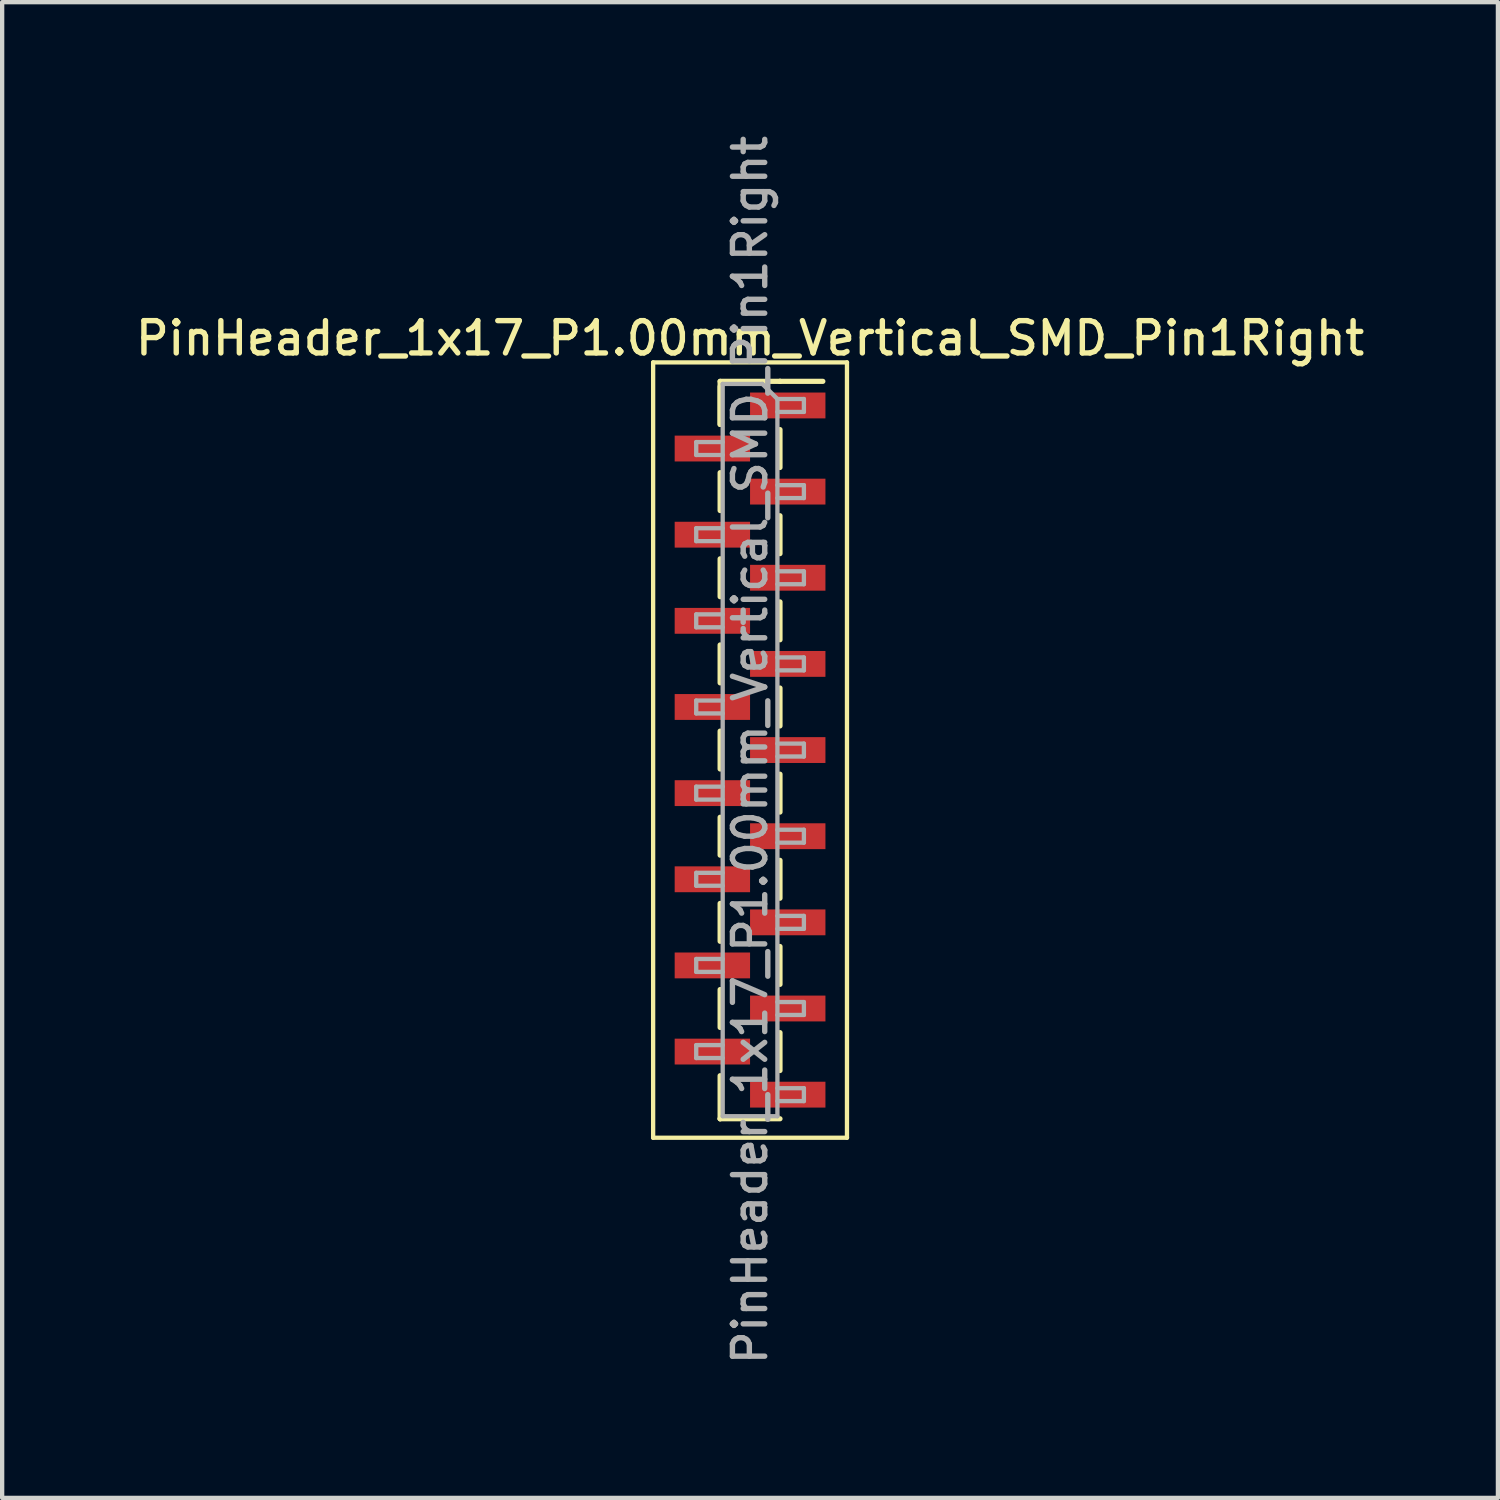
<source format=kicad_pcb>
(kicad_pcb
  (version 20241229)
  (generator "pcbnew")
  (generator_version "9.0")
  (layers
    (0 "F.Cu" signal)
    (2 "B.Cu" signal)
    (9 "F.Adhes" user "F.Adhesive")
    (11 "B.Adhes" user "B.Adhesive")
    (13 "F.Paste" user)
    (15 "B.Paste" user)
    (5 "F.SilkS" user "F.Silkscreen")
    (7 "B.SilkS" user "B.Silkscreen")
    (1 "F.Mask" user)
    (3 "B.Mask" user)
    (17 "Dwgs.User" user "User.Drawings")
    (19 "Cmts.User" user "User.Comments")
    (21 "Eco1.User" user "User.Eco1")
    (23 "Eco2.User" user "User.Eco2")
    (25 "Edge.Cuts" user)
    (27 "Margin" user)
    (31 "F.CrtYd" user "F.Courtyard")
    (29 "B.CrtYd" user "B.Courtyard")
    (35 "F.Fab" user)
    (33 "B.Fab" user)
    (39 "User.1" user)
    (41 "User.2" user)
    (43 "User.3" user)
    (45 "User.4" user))
  (footprint "PinHeader_1x17_P1.00mm_Vertical_SMD_Pin1Right"
    (layer "F.Cu")
    (at 14.363 14.363)
    (property "Reference" "PinHeader_1x17_P1.00mm_Vertical_SMD_Pin1Right" (at 0 -9.56 0) (layer "F.SilkS") (effects (font (size 0.75 0.75) (thickness 0.125))))
    (attr smd)
    (fp_line (start -2.25 -9) (end -2.25 9) (stroke (width 0.1) (type solid)) (layer "F.SilkS"))
    (fp_line (start -2.25 9) (end 2.25 9) (stroke (width 0.1) (type solid)) (layer "F.SilkS"))
    (fp_line (start -0.695 -8.56) (end -0.695 -7.56) (stroke (width 0.12) (type solid)) (layer "F.SilkS"))
    (fp_line (start -0.695 -8.56) (end 0.695 -8.56) (stroke (width 0.12) (type solid)) (layer "F.SilkS"))
    (fp_line (start -0.695 -8.44) (end -0.695 -7.56) (stroke (width 0.12) (type solid)) (layer "F.SilkS"))
    (fp_line (start -0.695 -6.44) (end -0.695 -5.56) (stroke (width 0.12) (type solid)) (layer "F.SilkS"))
    (fp_line (start -0.695 -4.44) (end -0.695 -3.56) (stroke (width 0.12) (type solid)) (layer "F.SilkS"))
    (fp_line (start -0.695 -2.44) (end -0.695 -1.56) (stroke (width 0.12) (type solid)) (layer "F.SilkS"))
    (fp_line (start -0.695 -0.44) (end -0.695 0.44) (stroke (width 0.12) (type solid)) (layer "F.SilkS"))
    (fp_line (start -0.695 1.56) (end -0.695 2.44) (stroke (width 0.12) (type solid)) (layer "F.SilkS"))
    (fp_line (start -0.695 3.56) (end -0.695 4.44) (stroke (width 0.12) (type solid)) (layer "F.SilkS"))
    (fp_line (start -0.695 5.56) (end -0.695 6.44) (stroke (width 0.12) (type solid)) (layer "F.SilkS"))
    (fp_line (start -0.695 7.56) (end -0.695 8.56) (stroke (width 0.12) (type solid)) (layer "F.SilkS"))
    (fp_line (start -0.695 8.56) (end -0.695 8.56) (stroke (width 0.12) (type solid)) (layer "F.SilkS"))
    (fp_line (start -0.695 8.56) (end 0.695 8.56) (stroke (width 0.12) (type solid)) (layer "F.SilkS"))
    (fp_line (start 0.695 -8.56) (end 0.695 -8.56) (stroke (width 0.12) (type solid)) (layer "F.SilkS"))
    (fp_line (start 0.695 -8.56) (end 1.69 -8.56) (stroke (width 0.12) (type solid)) (layer "F.SilkS"))
    (fp_line (start 0.695 -7.44) (end 0.695 -6.56) (stroke (width 0.12) (type solid)) (layer "F.SilkS"))
    (fp_line (start 0.695 -5.44) (end 0.695 -4.56) (stroke (width 0.12) (type solid)) (layer "F.SilkS"))
    (fp_line (start 0.695 -3.44) (end 0.695 -2.56) (stroke (width 0.12) (type solid)) (layer "F.SilkS"))
    (fp_line (start 0.695 -1.44) (end 0.695 -0.56) (stroke (width 0.12) (type solid)) (layer "F.SilkS"))
    (fp_line (start 0.695 0.56) (end 0.695 1.44) (stroke (width 0.12) (type solid)) (layer "F.SilkS"))
    (fp_line (start 0.695 2.56) (end 0.695 3.44) (stroke (width 0.12) (type solid)) (layer "F.SilkS"))
    (fp_line (start 0.695 4.56) (end 0.695 5.44) (stroke (width 0.12) (type solid)) (layer "F.SilkS"))
    (fp_line (start 0.695 6.56) (end 0.695 7.44) (stroke (width 0.12) (type solid)) (layer "F.SilkS"))
    (fp_line (start 2.25 -9) (end -2.25 -9) (stroke (width 0.1) (type solid)) (layer "F.SilkS"))
    (fp_line (start 2.25 9) (end 2.25 -9) (stroke (width 0.1) (type solid)) (layer "F.SilkS"))
    (fp_line (start -1.25 -7.15) (end -1.25 -6.85) (stroke (width 0.1) (type solid)) (layer "F.Fab"))
    (fp_line (start -1.25 -6.85) (end -0.635 -6.85) (stroke (width 0.1) (type solid)) (layer "F.Fab"))
    (fp_line (start -1.25 -5.15) (end -1.25 -4.85) (stroke (width 0.1) (type solid)) (layer "F.Fab"))
    (fp_line (start -1.25 -4.85) (end -0.635 -4.85) (stroke (width 0.1) (type solid)) (layer "F.Fab"))
    (fp_line (start -1.25 -3.15) (end -1.25 -2.85) (stroke (width 0.1) (type solid)) (layer "F.Fab"))
    (fp_line (start -1.25 -2.85) (end -0.635 -2.85) (stroke (width 0.1) (type solid)) (layer "F.Fab"))
    (fp_line (start -1.25 -1.15) (end -1.25 -0.85) (stroke (width 0.1) (type solid)) (layer "F.Fab"))
    (fp_line (start -1.25 -0.85) (end -0.635 -0.85) (stroke (width 0.1) (type solid)) (layer "F.Fab"))
    (fp_line (start -1.25 0.85) (end -1.25 1.15) (stroke (width 0.1) (type solid)) (layer "F.Fab"))
    (fp_line (start -1.25 1.15) (end -0.635 1.15) (stroke (width 0.1) (type solid)) (layer "F.Fab"))
    (fp_line (start -1.25 2.85) (end -1.25 3.15) (stroke (width 0.1) (type solid)) (layer "F.Fab"))
    (fp_line (start -1.25 3.15) (end -0.635 3.15) (stroke (width 0.1) (type solid)) (layer "F.Fab"))
    (fp_line (start -1.25 4.85) (end -1.25 5.15) (stroke (width 0.1) (type solid)) (layer "F.Fab"))
    (fp_line (start -1.25 5.15) (end -0.635 5.15) (stroke (width 0.1) (type solid)) (layer "F.Fab"))
    (fp_line (start -1.25 6.85) (end -1.25 7.15) (stroke (width 0.1) (type solid)) (layer "F.Fab"))
    (fp_line (start -1.25 7.15) (end -0.635 7.15) (stroke (width 0.1) (type solid)) (layer "F.Fab"))
    (fp_line (start -0.635 -8.5) (end -0.635 8.5) (stroke (width 0.1) (type solid)) (layer "F.Fab"))
    (fp_line (start -0.635 -8.5) (end 0.285 -8.5) (stroke (width 0.1) (type solid)) (layer "F.Fab"))
    (fp_line (start -0.635 -7.15) (end -1.25 -7.15) (stroke (width 0.1) (type solid)) (layer "F.Fab"))
    (fp_line (start -0.635 -5.15) (end -1.25 -5.15) (stroke (width 0.1) (type solid)) (layer "F.Fab"))
    (fp_line (start -0.635 -3.15) (end -1.25 -3.15) (stroke (width 0.1) (type solid)) (layer "F.Fab"))
    (fp_line (start -0.635 -1.15) (end -1.25 -1.15) (stroke (width 0.1) (type solid)) (layer "F.Fab"))
    (fp_line (start -0.635 0.85) (end -1.25 0.85) (stroke (width 0.1) (type solid)) (layer "F.Fab"))
    (fp_line (start -0.635 2.85) (end -1.25 2.85) (stroke (width 0.1) (type solid)) (layer "F.Fab"))
    (fp_line (start -0.635 4.85) (end -1.25 4.85) (stroke (width 0.1) (type solid)) (layer "F.Fab"))
    (fp_line (start -0.635 6.85) (end -1.25 6.85) (stroke (width 0.1) (type solid)) (layer "F.Fab"))
    (fp_line (start 0.635 -8.15) (end 0.285 -8.5) (stroke (width 0.1) (type solid)) (layer "F.Fab"))
    (fp_line (start 0.635 -8.15) (end 1.25 -8.15) (stroke (width 0.1) (type solid)) (layer "F.Fab"))
    (fp_line (start 0.635 -6.15) (end 1.25 -6.15) (stroke (width 0.1) (type solid)) (layer "F.Fab"))
    (fp_line (start 0.635 -4.15) (end 1.25 -4.15) (stroke (width 0.1) (type solid)) (layer "F.Fab"))
    (fp_line (start 0.635 -2.15) (end 1.25 -2.15) (stroke (width 0.1) (type solid)) (layer "F.Fab"))
    (fp_line (start 0.635 -0.15) (end 1.25 -0.15) (stroke (width 0.1) (type solid)) (layer "F.Fab"))
    (fp_line (start 0.635 1.85) (end 1.25 1.85) (stroke (width 0.1) (type solid)) (layer "F.Fab"))
    (fp_line (start 0.635 3.85) (end 1.25 3.85) (stroke (width 0.1) (type solid)) (layer "F.Fab"))
    (fp_line (start 0.635 5.85) (end 1.25 5.85) (stroke (width 0.1) (type solid)) (layer "F.Fab"))
    (fp_line (start 0.635 7.85) (end 1.25 7.85) (stroke (width 0.1) (type solid)) (layer "F.Fab"))
    (fp_line (start 0.635 8.5) (end -0.635 8.5) (stroke (width 0.1) (type solid)) (layer "F.Fab"))
    (fp_line (start 0.635 8.5) (end 0.635 -8.15) (stroke (width 0.1) (type solid)) (layer "F.Fab"))
    (fp_line (start 1.25 -8.15) (end 1.25 -7.85) (stroke (width 0.1) (type solid)) (layer "F.Fab"))
    (fp_line (start 1.25 -7.85) (end 0.635 -7.85) (stroke (width 0.1) (type solid)) (layer "F.Fab"))
    (fp_line (start 1.25 -6.15) (end 1.25 -5.85) (stroke (width 0.1) (type solid)) (layer "F.Fab"))
    (fp_line (start 1.25 -5.85) (end 0.635 -5.85) (stroke (width 0.1) (type solid)) (layer "F.Fab"))
    (fp_line (start 1.25 -4.15) (end 1.25 -3.85) (stroke (width 0.1) (type solid)) (layer "F.Fab"))
    (fp_line (start 1.25 -3.85) (end 0.635 -3.85) (stroke (width 0.1) (type solid)) (layer "F.Fab"))
    (fp_line (start 1.25 -2.15) (end 1.25 -1.85) (stroke (width 0.1) (type solid)) (layer "F.Fab"))
    (fp_line (start 1.25 -1.85) (end 0.635 -1.85) (stroke (width 0.1) (type solid)) (layer "F.Fab"))
    (fp_line (start 1.25 -0.15) (end 1.25 0.15) (stroke (width 0.1) (type solid)) (layer "F.Fab"))
    (fp_line (start 1.25 0.15) (end 0.635 0.15) (stroke (width 0.1) (type solid)) (layer "F.Fab"))
    (fp_line (start 1.25 1.85) (end 1.25 2.15) (stroke (width 0.1) (type solid)) (layer "F.Fab"))
    (fp_line (start 1.25 2.15) (end 0.635 2.15) (stroke (width 0.1) (type solid)) (layer "F.Fab"))
    (fp_line (start 1.25 3.85) (end 1.25 4.15) (stroke (width 0.1) (type solid)) (layer "F.Fab"))
    (fp_line (start 1.25 4.15) (end 0.635 4.15) (stroke (width 0.1) (type solid)) (layer "F.Fab"))
    (fp_line (start 1.25 5.85) (end 1.25 6.15) (stroke (width 0.1) (type solid)) (layer "F.Fab"))
    (fp_line (start 1.25 6.15) (end 0.635 6.15) (stroke (width 0.1) (type solid)) (layer "F.Fab"))
    (fp_line (start 1.25 7.85) (end 1.25 8.15) (stroke (width 0.1) (type solid)) (layer "F.Fab"))
    (fp_line (start 1.25 8.15) (end 0.635 8.15) (stroke (width 0.1) (type solid)) (layer "F.Fab"))
    (fp_text user "${REFERENCE}" (at 0 0 90) (layer "F.Fab") (effects (font (size 0.75 0.75) (thickness 0.125))))
    (pad "1" smd rect (at 0.875 -8) (size 1.75 0.6) (layers "F.Cu" "F.Mask" "F.Paste"))
    (pad "2" smd rect (at -0.875 -7) (size 1.75 0.6) (layers "F.Cu" "F.Mask" "F.Paste"))
    (pad "3" smd rect (at 0.875 -6) (size 1.75 0.6) (layers "F.Cu" "F.Mask" "F.Paste"))
    (pad "4" smd rect (at -0.875 -5) (size 1.75 0.6) (layers "F.Cu" "F.Mask" "F.Paste"))
    (pad "5" smd rect (at 0.875 -4) (size 1.75 0.6) (layers "F.Cu" "F.Mask" "F.Paste"))
    (pad "6" smd rect (at -0.875 -3) (size 1.75 0.6) (layers "F.Cu" "F.Mask" "F.Paste"))
    (pad "7" smd rect (at 0.875 -2) (size 1.75 0.6) (layers "F.Cu" "F.Mask" "F.Paste"))
    (pad "8" smd rect (at -0.875 -1) (size 1.75 0.6) (layers "F.Cu" "F.Mask" "F.Paste"))
    (pad "9" smd rect (at 0.875 0) (size 1.75 0.6) (layers "F.Cu" "F.Mask" "F.Paste"))
    (pad "10" smd rect (at -0.875 1) (size 1.75 0.6) (layers "F.Cu" "F.Mask" "F.Paste"))
    (pad "11" smd rect (at 0.875 2) (size 1.75 0.6) (layers "F.Cu" "F.Mask" "F.Paste"))
    (pad "12" smd rect (at -0.875 3) (size 1.75 0.6) (layers "F.Cu" "F.Mask" "F.Paste"))
    (pad "13" smd rect (at 0.875 4) (size 1.75 0.6) (layers "F.Cu" "F.Mask" "F.Paste"))
    (pad "14" smd rect (at -0.875 5) (size 1.75 0.6) (layers "F.Cu" "F.Mask" "F.Paste"))
    (pad "15" smd rect (at 0.875 6) (size 1.75 0.6) (layers "F.Cu" "F.Mask" "F.Paste"))
    (pad "16" smd rect (at -0.875 7) (size 1.75 0.6) (layers "F.Cu" "F.Mask" "F.Paste"))
    (pad "17" smd rect (at 0.875 8) (size 1.75 0.6) (layers "F.Cu" "F.Mask" "F.Paste")))
  (gr_rect
    (start -3 -3)
    (end 31.725 31.725)
    (stroke (width 0.1) (type default))
    (fill no)
    (layer "Edge.Cuts")))
</source>
